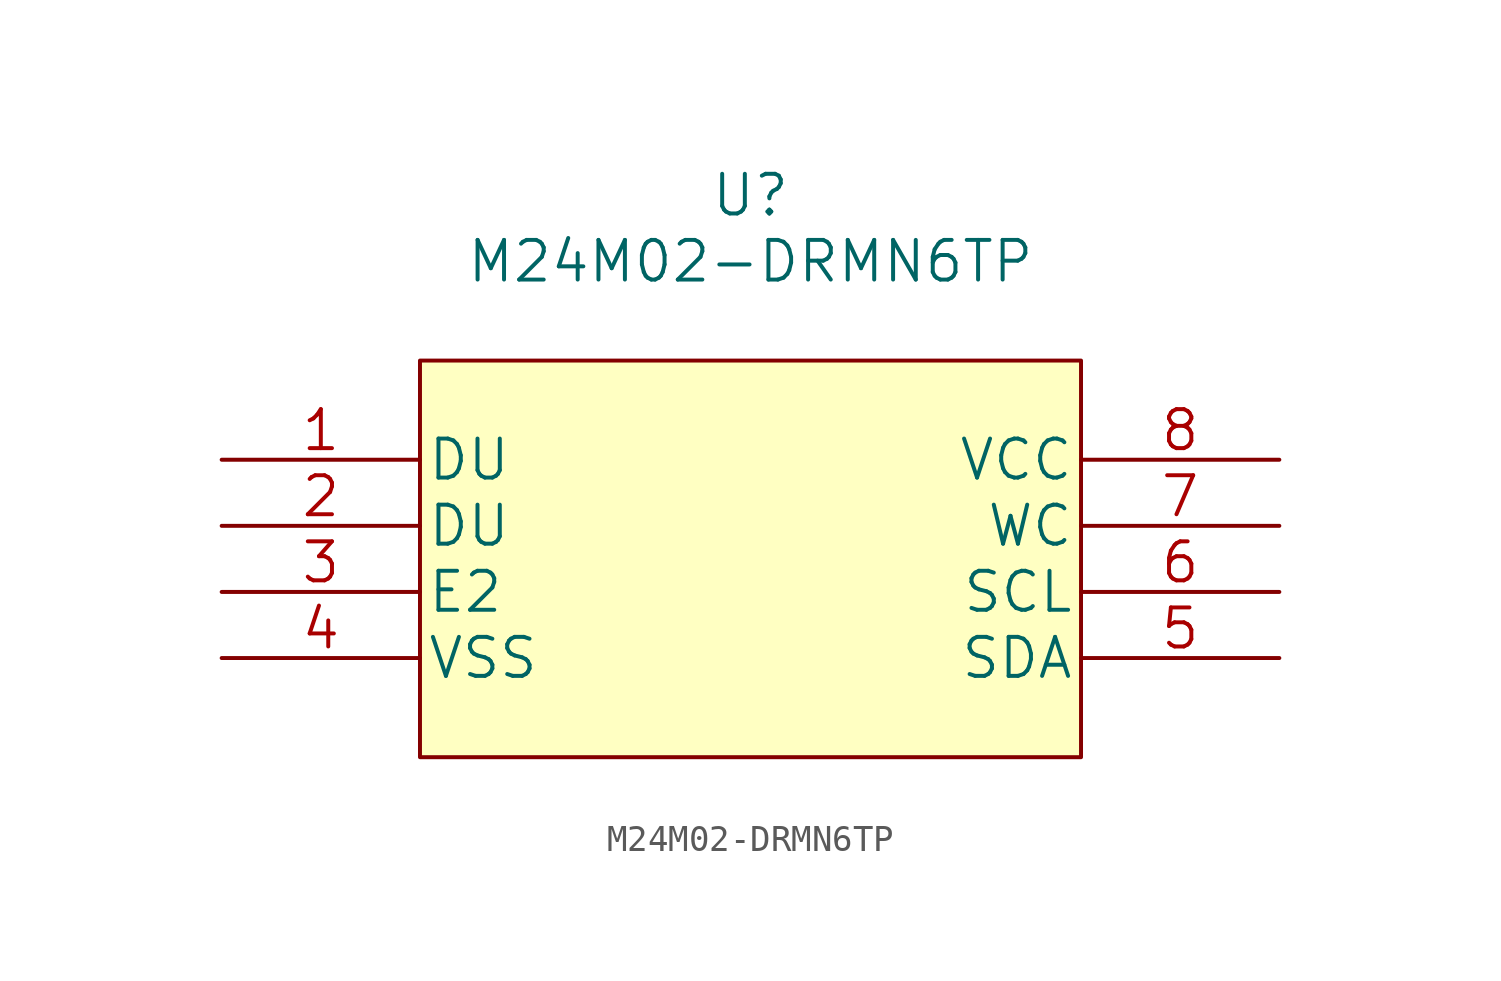
<source format=kicad_sym>
(kicad_symbol_lib
  (version 20211014)
  (generator kicad_symbol_editor)
  (symbol "M24M02-DRMN6TP"
    (pin_names
      (offset 0.254))
    (property "Reference" "U"
      (at 20.32 10.16 0)
      (effects (font (size 1.524 1.524))))
    (property "Value" "M24M02-DRMN6TP"
      (at 20.32 7.62 0)
      (effects (font (size 1.524 1.524))))
    (property "Datasheet" ""
      (at 0 0 0)
      (effects (font (size 1.524 1.524))))
    (property "ki_locked" ""
      (at 0 0 0)
      (effects (font (size 1.27 1.27))))
    (symbol "M24M02-DRMN6TP_1_1"
      (rectangle (start 7.62 3.81) (end 33.02 -11.43) (stroke (width 0) (type default) (color 0 0 0 0)) (fill (type background)))
      (pin unspecified line (at 0 0 0) (length 7.62) (name "DU" (effects (font (size 1.499 1.499)))) (number "1" (effects (font (size 1.499 1.499)))))
      (pin unspecified line (at 0 -2.54 0) (length 7.62) (name "DU" (effects (font (size 1.499 1.499)))) (number "2" (effects (font (size 1.499 1.499)))))
      (pin unspecified line (at 0 -5.08 0) (length 7.62) (name "E2" (effects (font (size 1.499 1.499)))) (number "3" (effects (font (size 1.499 1.499)))))
      (pin power_in line (at 0 -7.62 0) (length 7.62) (name "VSS" (effects (font (size 1.499 1.499)))) (number "4" (effects (font (size 1.499 1.499)))))
      (pin unspecified line (at 40.64 -7.62 180) (length 7.62) (name "SDA" (effects (font (size 1.499 1.499)))) (number "5" (effects (font (size 1.499 1.499)))))
      (pin unspecified line (at 40.64 -5.08 180) (length 7.62) (name "SCL" (effects (font (size 1.499 1.499)))) (number "6" (effects (font (size 1.499 1.499)))))
      (pin unspecified line (at 40.64 -2.54 180) (length 7.62) (name "WC" (effects (font (size 1.499 1.499)))) (number "7" (effects (font (size 1.499 1.499)))))
      (pin power_in line (at 40.64 0 180) (length 7.62) (name "VCC" (effects (font (size 1.499 1.499)))) (number "8" (effects (font (size 1.499 1.499))))))))
</source>
